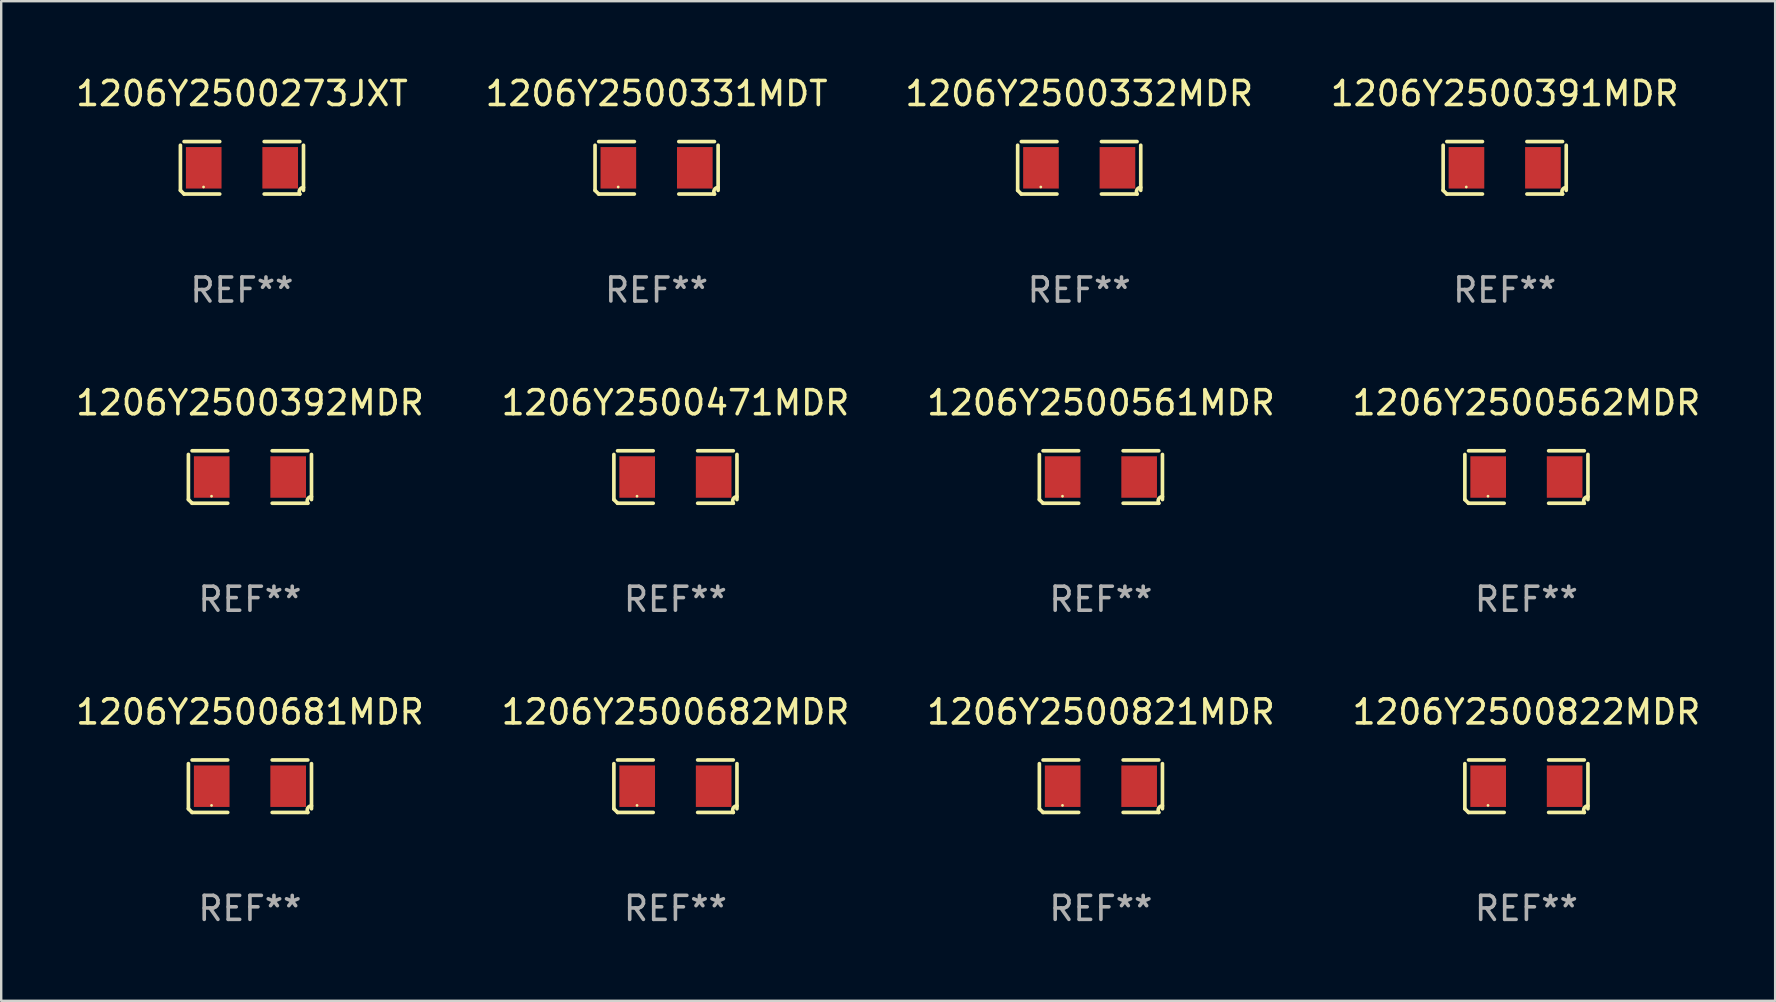
<source format=kicad_pcb>
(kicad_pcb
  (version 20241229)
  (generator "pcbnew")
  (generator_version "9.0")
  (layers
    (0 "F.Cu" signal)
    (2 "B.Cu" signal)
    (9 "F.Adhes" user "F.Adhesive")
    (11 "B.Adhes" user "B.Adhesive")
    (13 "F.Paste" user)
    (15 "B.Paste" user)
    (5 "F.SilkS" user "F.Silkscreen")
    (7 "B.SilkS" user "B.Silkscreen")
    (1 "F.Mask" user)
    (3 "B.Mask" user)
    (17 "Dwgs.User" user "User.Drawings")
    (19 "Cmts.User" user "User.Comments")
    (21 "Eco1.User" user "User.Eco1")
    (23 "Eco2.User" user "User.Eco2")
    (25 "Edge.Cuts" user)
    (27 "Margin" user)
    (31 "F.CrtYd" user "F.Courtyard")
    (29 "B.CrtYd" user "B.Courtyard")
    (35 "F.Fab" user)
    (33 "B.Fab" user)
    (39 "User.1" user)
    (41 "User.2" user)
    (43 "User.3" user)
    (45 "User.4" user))
  (footprint "1206Y2500332MDR"
    (layer "F.Cu")
    (at 41.911 3.941)
    (property "Reference" "1206Y2500332MDR" (at 0 -3.093 0) (layer "F.SilkS") (effects (font (size 1 1) (thickness 0.15))))
    (attr through_hole)
    (fp_line (start -2.564 0.94) (end -2.564 -0.94) (stroke (width 0.152) (type solid)) (layer "F.SilkS"))
    (fp_line (start -2.411 -1.093) (end -0.926 -1.093) (stroke (width 0.152) (type solid)) (layer "F.SilkS"))
    (fp_line (start -0.926 1.093) (end -2.411 1.093) (stroke (width 0.152) (type solid)) (layer "F.SilkS"))
    (fp_line (start 0.926 1.093) (end 2.411 1.093) (stroke (width 0.152) (type solid)) (layer "F.SilkS"))
    (fp_line (start 2.411 -1.093) (end 0.926 -1.093) (stroke (width 0.152) (type solid)) (layer "F.SilkS"))
    (fp_line (start 2.564 0.94) (end 2.564 -0.94) (stroke (width 0.152) (type solid)) (layer "F.SilkS"))
    (fp_arc (start -2.411201 1.092609) (mid -2.487413 1.01642) (end -2.563602 0.940208) (stroke (width 0.1524) (type solid)) (layer "F.SilkS"))
    (fp_arc (start 2.411201 1.092609) (mid 2.407159 0.911226) (end 2.563602 0.819347) (stroke (width 0.1524) (type solid)) (layer "F.SilkS"))
    (fp_circle (center -1.6 0.8) (end -1.57 0.8) (stroke (width 0.06) (type solid)) (fill no) (layer "F.SilkS"))
    (fp_text user "REF**" (at 0 5.093 0) (layer "F.Fab") (effects (font (size 1 1) (thickness 0.15))))
    (pad "1" smd rect (at -1.593 0) (size 1.485 1.728) (layers "F.Cu" "F.Mask" "F.Paste"))
    (pad "2" smd rect (at 1.593 0) (size 1.485 1.728) (layers "F.Cu" "F.Mask" "F.Paste")))
  (footprint "1206Y2500682MDR"
    (layer "F.Cu")
    (at 25.089 29.704)
    (property "Reference" "1206Y2500682MDR" (at 0 -3.093 0) (layer "F.SilkS") (effects (font (size 1 1) (thickness 0.15))))
    (attr through_hole)
    (fp_line (start -2.564 0.94) (end -2.564 -0.94) (stroke (width 0.152) (type solid)) (layer "F.SilkS"))
    (fp_line (start -2.411 -1.093) (end -0.926 -1.093) (stroke (width 0.152) (type solid)) (layer "F.SilkS"))
    (fp_line (start -0.926 1.093) (end -2.411 1.093) (stroke (width 0.152) (type solid)) (layer "F.SilkS"))
    (fp_line (start 0.926 1.093) (end 2.411 1.093) (stroke (width 0.152) (type solid)) (layer "F.SilkS"))
    (fp_line (start 2.411 -1.093) (end 0.926 -1.093) (stroke (width 0.152) (type solid)) (layer "F.SilkS"))
    (fp_line (start 2.564 0.94) (end 2.564 -0.94) (stroke (width 0.152) (type solid)) (layer "F.SilkS"))
    (fp_arc (start -2.411201 1.092609) (mid -2.487413 1.01642) (end -2.563602 0.940208) (stroke (width 0.1524) (type solid)) (layer "F.SilkS"))
    (fp_arc (start 2.411201 1.092609) (mid 2.407159 0.911226) (end 2.563602 0.819347) (stroke (width 0.1524) (type solid)) (layer "F.SilkS"))
    (fp_circle (center -1.6 0.8) (end -1.57 0.8) (stroke (width 0.06) (type solid)) (fill no) (layer "F.SilkS"))
    (fp_text user "REF**" (at 0 5.093 0) (layer "F.Fab") (effects (font (size 1 1) (thickness 0.15))))
    (pad "1" smd rect (at -1.593 0) (size 1.485 1.728) (layers "F.Cu" "F.Mask" "F.Paste"))
    (pad "2" smd rect (at 1.593 0) (size 1.485 1.728) (layers "F.Cu" "F.Mask" "F.Paste")))
  (footprint "1206Y2500681MDR"
    (layer "F.Cu")
    (at 7.363 29.704)
    (property "Reference" "1206Y2500681MDR" (at 0 -3.093 0) (layer "F.SilkS") (effects (font (size 1 1) (thickness 0.15))))
    (attr through_hole)
    (fp_line (start -2.564 0.94) (end -2.564 -0.94) (stroke (width 0.152) (type solid)) (layer "F.SilkS"))
    (fp_line (start -2.411 -1.093) (end -0.926 -1.093) (stroke (width 0.152) (type solid)) (layer "F.SilkS"))
    (fp_line (start -0.926 1.093) (end -2.411 1.093) (stroke (width 0.152) (type solid)) (layer "F.SilkS"))
    (fp_line (start 0.926 1.093) (end 2.411 1.093) (stroke (width 0.152) (type solid)) (layer "F.SilkS"))
    (fp_line (start 2.411 -1.093) (end 0.926 -1.093) (stroke (width 0.152) (type solid)) (layer "F.SilkS"))
    (fp_line (start 2.564 0.94) (end 2.564 -0.94) (stroke (width 0.152) (type solid)) (layer "F.SilkS"))
    (fp_arc (start -2.411201 1.092609) (mid -2.487413 1.01642) (end -2.563602 0.940208) (stroke (width 0.1524) (type solid)) (layer "F.SilkS"))
    (fp_arc (start 2.411201 1.092609) (mid 2.407159 0.911226) (end 2.563602 0.819347) (stroke (width 0.1524) (type solid)) (layer "F.SilkS"))
    (fp_circle (center -1.6 0.8) (end -1.57 0.8) (stroke (width 0.06) (type solid)) (fill no) (layer "F.SilkS"))
    (fp_text user "REF**" (at 0 5.093 0) (layer "F.Fab") (effects (font (size 1 1) (thickness 0.15))))
    (pad "1" smd rect (at -1.593 0) (size 1.485 1.728) (layers "F.Cu" "F.Mask" "F.Paste"))
    (pad "2" smd rect (at 1.593 0) (size 1.485 1.728) (layers "F.Cu" "F.Mask" "F.Paste")))
  (footprint "1206Y2500331MDT"
    (layer "F.Cu")
    (at 24.304 3.941)
    (property "Reference" "1206Y2500331MDT" (at 0 -3.093 0) (layer "F.SilkS") (effects (font (size 1 1) (thickness 0.15))))
    (attr through_hole)
    (fp_line (start -2.564 0.94) (end -2.564 -0.94) (stroke (width 0.152) (type solid)) (layer "F.SilkS"))
    (fp_line (start -2.411 -1.093) (end -0.926 -1.093) (stroke (width 0.152) (type solid)) (layer "F.SilkS"))
    (fp_line (start -0.926 1.093) (end -2.411 1.093) (stroke (width 0.152) (type solid)) (layer "F.SilkS"))
    (fp_line (start 0.926 1.093) (end 2.411 1.093) (stroke (width 0.152) (type solid)) (layer "F.SilkS"))
    (fp_line (start 2.411 -1.093) (end 0.926 -1.093) (stroke (width 0.152) (type solid)) (layer "F.SilkS"))
    (fp_line (start 2.564 0.94) (end 2.564 -0.94) (stroke (width 0.152) (type solid)) (layer "F.SilkS"))
    (fp_arc (start -2.411201 1.092609) (mid -2.487413 1.01642) (end -2.563602 0.940208) (stroke (width 0.1524) (type solid)) (layer "F.SilkS"))
    (fp_arc (start 2.411201 1.092609) (mid 2.407159 0.911226) (end 2.563602 0.819347) (stroke (width 0.1524) (type solid)) (layer "F.SilkS"))
    (fp_circle (center -1.6 0.8) (end -1.57 0.8) (stroke (width 0.06) (type solid)) (fill no) (layer "F.SilkS"))
    (fp_text user "REF**" (at 0 5.093 0) (layer "F.Fab") (effects (font (size 1 1) (thickness 0.15))))
    (pad "1" smd rect (at -1.593 0) (size 1.485 1.728) (layers "F.Cu" "F.Mask" "F.Paste"))
    (pad "2" smd rect (at 1.593 0) (size 1.485 1.728) (layers "F.Cu" "F.Mask" "F.Paste")))
  (footprint "1206Y2500273JXT"
    (layer "F.Cu")
    (at 7.03 3.941)
    (property "Reference" "1206Y2500273JXT" (at 0 -3.093 0) (layer "F.SilkS") (effects (font (size 1 1) (thickness 0.15))))
    (attr through_hole)
    (fp_line (start -2.564 0.94) (end -2.564 -0.94) (stroke (width 0.152) (type solid)) (layer "F.SilkS"))
    (fp_line (start -2.411 -1.093) (end -0.926 -1.093) (stroke (width 0.152) (type solid)) (layer "F.SilkS"))
    (fp_line (start -0.926 1.093) (end -2.411 1.093) (stroke (width 0.152) (type solid)) (layer "F.SilkS"))
    (fp_line (start 0.926 1.093) (end 2.411 1.093) (stroke (width 0.152) (type solid)) (layer "F.SilkS"))
    (fp_line (start 2.411 -1.093) (end 0.926 -1.093) (stroke (width 0.152) (type solid)) (layer "F.SilkS"))
    (fp_line (start 2.564 0.94) (end 2.564 -0.94) (stroke (width 0.152) (type solid)) (layer "F.SilkS"))
    (fp_arc (start -2.411201 1.092609) (mid -2.487413 1.01642) (end -2.563602 0.940208) (stroke (width 0.1524) (type solid)) (layer "F.SilkS"))
    (fp_arc (start 2.411201 1.092609) (mid 2.407159 0.911226) (end 2.563602 0.819347) (stroke (width 0.1524) (type solid)) (layer "F.SilkS"))
    (fp_circle (center -1.6 0.8) (end -1.57 0.8) (stroke (width 0.06) (type solid)) (fill no) (layer "F.SilkS"))
    (fp_text user "REF**" (at 0 5.093 0) (layer "F.Fab") (effects (font (size 1 1) (thickness 0.15))))
    (pad "1" smd rect (at -1.593 0) (size 1.485 1.728) (layers "F.Cu" "F.Mask" "F.Paste"))
    (pad "2" smd rect (at 1.593 0) (size 1.485 1.728) (layers "F.Cu" "F.Mask" "F.Paste")))
  (footprint "1206Y2500391MDR"
    (layer "F.Cu")
    (at 59.637 3.941)
    (property "Reference" "1206Y2500391MDR" (at 0 -3.093 0) (layer "F.SilkS") (effects (font (size 1 1) (thickness 0.15))))
    (attr through_hole)
    (fp_line (start -2.564 0.94) (end -2.564 -0.94) (stroke (width 0.152) (type solid)) (layer "F.SilkS"))
    (fp_line (start -2.411 -1.093) (end -0.926 -1.093) (stroke (width 0.152) (type solid)) (layer "F.SilkS"))
    (fp_line (start -0.926 1.093) (end -2.411 1.093) (stroke (width 0.152) (type solid)) (layer "F.SilkS"))
    (fp_line (start 0.926 1.093) (end 2.411 1.093) (stroke (width 0.152) (type solid)) (layer "F.SilkS"))
    (fp_line (start 2.411 -1.093) (end 0.926 -1.093) (stroke (width 0.152) (type solid)) (layer "F.SilkS"))
    (fp_line (start 2.564 0.94) (end 2.564 -0.94) (stroke (width 0.152) (type solid)) (layer "F.SilkS"))
    (fp_arc (start -2.411201 1.092609) (mid -2.487413 1.01642) (end -2.563602 0.940208) (stroke (width 0.1524) (type solid)) (layer "F.SilkS"))
    (fp_arc (start 2.411201 1.092609) (mid 2.407159 0.911226) (end 2.563602 0.819347) (stroke (width 0.1524) (type solid)) (layer "F.SilkS"))
    (fp_circle (center -1.6 0.8) (end -1.57 0.8) (stroke (width 0.06) (type solid)) (fill no) (layer "F.SilkS"))
    (fp_text user "REF**" (at 0 5.093 0) (layer "F.Fab") (effects (font (size 1 1) (thickness 0.15))))
    (pad "1" smd rect (at -1.593 0) (size 1.485 1.728) (layers "F.Cu" "F.Mask" "F.Paste"))
    (pad "2" smd rect (at 1.593 0) (size 1.485 1.728) (layers "F.Cu" "F.Mask" "F.Paste")))
  (footprint "1206Y2500822MDR"
    (layer "F.Cu")
    (at 60.542 29.704)
    (property "Reference" "1206Y2500822MDR" (at 0 -3.093 0) (layer "F.SilkS") (effects (font (size 1 1) (thickness 0.15))))
    (attr through_hole)
    (fp_line (start -2.564 0.94) (end -2.564 -0.94) (stroke (width 0.152) (type solid)) (layer "F.SilkS"))
    (fp_line (start -2.411 -1.093) (end -0.926 -1.093) (stroke (width 0.152) (type solid)) (layer "F.SilkS"))
    (fp_line (start -0.926 1.093) (end -2.411 1.093) (stroke (width 0.152) (type solid)) (layer "F.SilkS"))
    (fp_line (start 0.926 1.093) (end 2.411 1.093) (stroke (width 0.152) (type solid)) (layer "F.SilkS"))
    (fp_line (start 2.411 -1.093) (end 0.926 -1.093) (stroke (width 0.152) (type solid)) (layer "F.SilkS"))
    (fp_line (start 2.564 0.94) (end 2.564 -0.94) (stroke (width 0.152) (type solid)) (layer "F.SilkS"))
    (fp_arc (start -2.411201 1.092609) (mid -2.487413 1.01642) (end -2.563602 0.940208) (stroke (width 0.1524) (type solid)) (layer "F.SilkS"))
    (fp_arc (start 2.411201 1.092609) (mid 2.407159 0.911226) (end 2.563602 0.819347) (stroke (width 0.1524) (type solid)) (layer "F.SilkS"))
    (fp_circle (center -1.6 0.8) (end -1.57 0.8) (stroke (width 0.06) (type solid)) (fill no) (layer "F.SilkS"))
    (fp_text user "REF**" (at 0 5.093 0) (layer "F.Fab") (effects (font (size 1 1) (thickness 0.15))))
    (pad "1" smd rect (at -1.593 0) (size 1.485 1.728) (layers "F.Cu" "F.Mask" "F.Paste"))
    (pad "2" smd rect (at 1.593 0) (size 1.485 1.728) (layers "F.Cu" "F.Mask" "F.Paste")))
  (footprint "1206Y2500561MDR"
    (layer "F.Cu")
    (at 42.815 16.823)
    (property "Reference" "1206Y2500561MDR" (at 0 -3.093 0) (layer "F.SilkS") (effects (font (size 1 1) (thickness 0.15))))
    (attr through_hole)
    (fp_line (start -2.564 0.94) (end -2.564 -0.94) (stroke (width 0.152) (type solid)) (layer "F.SilkS"))
    (fp_line (start -2.411 -1.093) (end -0.926 -1.093) (stroke (width 0.152) (type solid)) (layer "F.SilkS"))
    (fp_line (start -0.926 1.093) (end -2.411 1.093) (stroke (width 0.152) (type solid)) (layer "F.SilkS"))
    (fp_line (start 0.926 1.093) (end 2.411 1.093) (stroke (width 0.152) (type solid)) (layer "F.SilkS"))
    (fp_line (start 2.411 -1.093) (end 0.926 -1.093) (stroke (width 0.152) (type solid)) (layer "F.SilkS"))
    (fp_line (start 2.564 0.94) (end 2.564 -0.94) (stroke (width 0.152) (type solid)) (layer "F.SilkS"))
    (fp_arc (start -2.411201 1.092609) (mid -2.487413 1.01642) (end -2.563602 0.940208) (stroke (width 0.1524) (type solid)) (layer "F.SilkS"))
    (fp_arc (start 2.411201 1.092609) (mid 2.407159 0.911226) (end 2.563602 0.819347) (stroke (width 0.1524) (type solid)) (layer "F.SilkS"))
    (fp_circle (center -1.6 0.8) (end -1.57 0.8) (stroke (width 0.06) (type solid)) (fill no) (layer "F.SilkS"))
    (fp_text user "REF**" (at 0 5.093 0) (layer "F.Fab") (effects (font (size 1 1) (thickness 0.15))))
    (pad "1" smd rect (at -1.593 0) (size 1.485 1.728) (layers "F.Cu" "F.Mask" "F.Paste"))
    (pad "2" smd rect (at 1.593 0) (size 1.485 1.728) (layers "F.Cu" "F.Mask" "F.Paste")))
  (footprint "1206Y2500392MDR"
    (layer "F.Cu")
    (at 7.363 16.823)
    (property "Reference" "1206Y2500392MDR" (at 0 -3.093 0) (layer "F.SilkS") (effects (font (size 1 1) (thickness 0.15))))
    (attr through_hole)
    (fp_line (start -2.564 0.94) (end -2.564 -0.94) (stroke (width 0.152) (type solid)) (layer "F.SilkS"))
    (fp_line (start -2.411 -1.093) (end -0.926 -1.093) (stroke (width 0.152) (type solid)) (layer "F.SilkS"))
    (fp_line (start -0.926 1.093) (end -2.411 1.093) (stroke (width 0.152) (type solid)) (layer "F.SilkS"))
    (fp_line (start 0.926 1.093) (end 2.411 1.093) (stroke (width 0.152) (type solid)) (layer "F.SilkS"))
    (fp_line (start 2.411 -1.093) (end 0.926 -1.093) (stroke (width 0.152) (type solid)) (layer "F.SilkS"))
    (fp_line (start 2.564 0.94) (end 2.564 -0.94) (stroke (width 0.152) (type solid)) (layer "F.SilkS"))
    (fp_arc (start -2.411201 1.092609) (mid -2.487413 1.01642) (end -2.563602 0.940208) (stroke (width 0.1524) (type solid)) (layer "F.SilkS"))
    (fp_arc (start 2.411201 1.092609) (mid 2.407159 0.911226) (end 2.563602 0.819347) (stroke (width 0.1524) (type solid)) (layer "F.SilkS"))
    (fp_circle (center -1.6 0.8) (end -1.57 0.8) (stroke (width 0.06) (type solid)) (fill no) (layer "F.SilkS"))
    (fp_text user "REF**" (at 0 5.093 0) (layer "F.Fab") (effects (font (size 1 1) (thickness 0.15))))
    (pad "1" smd rect (at -1.593 0) (size 1.485 1.728) (layers "F.Cu" "F.Mask" "F.Paste"))
    (pad "2" smd rect (at 1.593 0) (size 1.485 1.728) (layers "F.Cu" "F.Mask" "F.Paste")))
  (footprint "1206Y2500562MDR"
    (layer "F.Cu")
    (at 60.542 16.823)
    (property "Reference" "1206Y2500562MDR" (at 0 -3.093 0) (layer "F.SilkS") (effects (font (size 1 1) (thickness 0.15))))
    (attr through_hole)
    (fp_line (start -2.564 0.94) (end -2.564 -0.94) (stroke (width 0.152) (type solid)) (layer "F.SilkS"))
    (fp_line (start -2.411 -1.093) (end -0.926 -1.093) (stroke (width 0.152) (type solid)) (layer "F.SilkS"))
    (fp_line (start -0.926 1.093) (end -2.411 1.093) (stroke (width 0.152) (type solid)) (layer "F.SilkS"))
    (fp_line (start 0.926 1.093) (end 2.411 1.093) (stroke (width 0.152) (type solid)) (layer "F.SilkS"))
    (fp_line (start 2.411 -1.093) (end 0.926 -1.093) (stroke (width 0.152) (type solid)) (layer "F.SilkS"))
    (fp_line (start 2.564 0.94) (end 2.564 -0.94) (stroke (width 0.152) (type solid)) (layer "F.SilkS"))
    (fp_arc (start -2.411201 1.092609) (mid -2.487413 1.01642) (end -2.563602 0.940208) (stroke (width 0.1524) (type solid)) (layer "F.SilkS"))
    (fp_arc (start 2.411201 1.092609) (mid 2.407159 0.911226) (end 2.563602 0.819347) (stroke (width 0.1524) (type solid)) (layer "F.SilkS"))
    (fp_circle (center -1.6 0.8) (end -1.57 0.8) (stroke (width 0.06) (type solid)) (fill no) (layer "F.SilkS"))
    (fp_text user "REF**" (at 0 5.093 0) (layer "F.Fab") (effects (font (size 1 1) (thickness 0.15))))
    (pad "1" smd rect (at -1.593 0) (size 1.485 1.728) (layers "F.Cu" "F.Mask" "F.Paste"))
    (pad "2" smd rect (at 1.593 0) (size 1.485 1.728) (layers "F.Cu" "F.Mask" "F.Paste")))
  (footprint "1206Y2500471MDR"
    (layer "F.Cu")
    (at 25.089 16.823)
    (property "Reference" "1206Y2500471MDR" (at 0 -3.093 0) (layer "F.SilkS") (effects (font (size 1 1) (thickness 0.15))))
    (attr through_hole)
    (fp_line (start -2.564 0.94) (end -2.564 -0.94) (stroke (width 0.152) (type solid)) (layer "F.SilkS"))
    (fp_line (start -2.411 -1.093) (end -0.926 -1.093) (stroke (width 0.152) (type solid)) (layer "F.SilkS"))
    (fp_line (start -0.926 1.093) (end -2.411 1.093) (stroke (width 0.152) (type solid)) (layer "F.SilkS"))
    (fp_line (start 0.926 1.093) (end 2.411 1.093) (stroke (width 0.152) (type solid)) (layer "F.SilkS"))
    (fp_line (start 2.411 -1.093) (end 0.926 -1.093) (stroke (width 0.152) (type solid)) (layer "F.SilkS"))
    (fp_line (start 2.564 0.94) (end 2.564 -0.94) (stroke (width 0.152) (type solid)) (layer "F.SilkS"))
    (fp_arc (start -2.411201 1.092609) (mid -2.487413 1.01642) (end -2.563602 0.940208) (stroke (width 0.1524) (type solid)) (layer "F.SilkS"))
    (fp_arc (start 2.411201 1.092609) (mid 2.407159 0.911226) (end 2.563602 0.819347) (stroke (width 0.1524) (type solid)) (layer "F.SilkS"))
    (fp_circle (center -1.6 0.8) (end -1.57 0.8) (stroke (width 0.06) (type solid)) (fill no) (layer "F.SilkS"))
    (fp_text user "REF**" (at 0 5.093 0) (layer "F.Fab") (effects (font (size 1 1) (thickness 0.15))))
    (pad "1" smd rect (at -1.593 0) (size 1.485 1.728) (layers "F.Cu" "F.Mask" "F.Paste"))
    (pad "2" smd rect (at 1.593 0) (size 1.485 1.728) (layers "F.Cu" "F.Mask" "F.Paste")))
  (footprint "1206Y2500821MDR"
    (layer "F.Cu")
    (at 42.815 29.704)
    (property "Reference" "1206Y2500821MDR" (at 0 -3.093 0) (layer "F.SilkS") (effects (font (size 1 1) (thickness 0.15))))
    (attr through_hole)
    (fp_line (start -2.564 0.94) (end -2.564 -0.94) (stroke (width 0.152) (type solid)) (layer "F.SilkS"))
    (fp_line (start -2.411 -1.093) (end -0.926 -1.093) (stroke (width 0.152) (type solid)) (layer "F.SilkS"))
    (fp_line (start -0.926 1.093) (end -2.411 1.093) (stroke (width 0.152) (type solid)) (layer "F.SilkS"))
    (fp_line (start 0.926 1.093) (end 2.411 1.093) (stroke (width 0.152) (type solid)) (layer "F.SilkS"))
    (fp_line (start 2.411 -1.093) (end 0.926 -1.093) (stroke (width 0.152) (type solid)) (layer "F.SilkS"))
    (fp_line (start 2.564 0.94) (end 2.564 -0.94) (stroke (width 0.152) (type solid)) (layer "F.SilkS"))
    (fp_arc (start -2.411201 1.092609) (mid -2.487413 1.01642) (end -2.563602 0.940208) (stroke (width 0.1524) (type solid)) (layer "F.SilkS"))
    (fp_arc (start 2.411201 1.092609) (mid 2.407159 0.911226) (end 2.563602 0.819347) (stroke (width 0.1524) (type solid)) (layer "F.SilkS"))
    (fp_circle (center -1.6 0.8) (end -1.57 0.8) (stroke (width 0.06) (type solid)) (fill no) (layer "F.SilkS"))
    (fp_text user "REF**" (at 0 5.093 0) (layer "F.Fab") (effects (font (size 1 1) (thickness 0.15))))
    (pad "1" smd rect (at -1.593 0) (size 1.485 1.728) (layers "F.Cu" "F.Mask" "F.Paste"))
    (pad "2" smd rect (at 1.593 0) (size 1.485 1.728) (layers "F.Cu" "F.Mask" "F.Paste")))
  (gr_rect
    (start -3 -3)
    (end 70.905 38.645)
    (stroke (width 0.1) (type default))
    (fill no)
    (layer "Edge.Cuts")))
</source>
